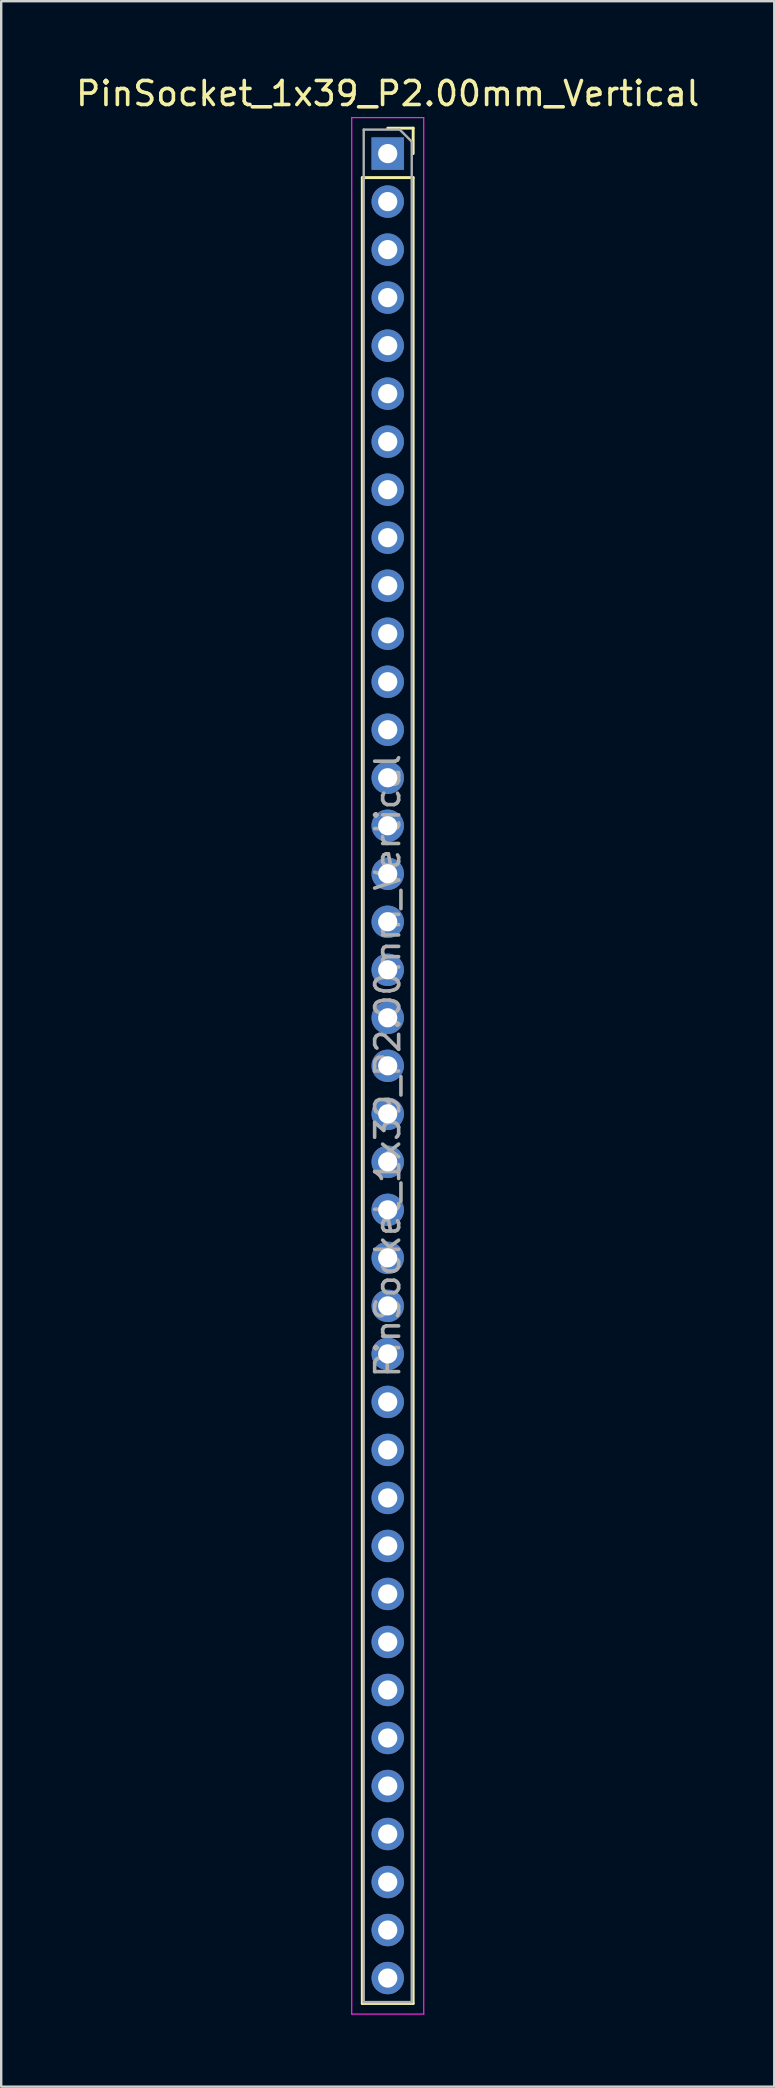
<source format=kicad_pcb>
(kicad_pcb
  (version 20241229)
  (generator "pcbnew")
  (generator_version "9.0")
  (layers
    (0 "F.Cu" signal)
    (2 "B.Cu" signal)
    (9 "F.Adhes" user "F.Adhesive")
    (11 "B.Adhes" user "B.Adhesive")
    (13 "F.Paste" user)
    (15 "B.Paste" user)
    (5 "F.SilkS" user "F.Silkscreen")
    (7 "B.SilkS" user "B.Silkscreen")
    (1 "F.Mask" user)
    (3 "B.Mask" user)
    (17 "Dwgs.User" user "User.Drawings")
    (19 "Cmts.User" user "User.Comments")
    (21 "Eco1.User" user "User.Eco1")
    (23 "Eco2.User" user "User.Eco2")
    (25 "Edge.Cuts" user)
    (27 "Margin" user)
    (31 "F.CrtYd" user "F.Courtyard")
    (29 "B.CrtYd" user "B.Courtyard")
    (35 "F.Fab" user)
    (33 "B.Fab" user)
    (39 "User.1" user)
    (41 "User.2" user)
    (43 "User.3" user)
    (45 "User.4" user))
  (footprint "PinSocket_1x39_P2.00mm_Vertical"
    (layer "F.Cu")
    (at 13.101 3.348)
    (property "Reference" "PinSocket_1x39_P2.00mm_Vertical" (at 0 -2.5 0) (layer "F.SilkS") (effects (font (size 1 1) (thickness 0.15))))
    (attr through_hole)
    (fp_line (start -1.06 1) (end -1.06 77.06) (stroke (width 0.12) (type solid)) (layer "F.SilkS"))
    (fp_line (start -1.06 1) (end 1.06 1) (stroke (width 0.12) (type solid)) (layer "F.SilkS"))
    (fp_line (start -1.06 77.06) (end 1.06 77.06) (stroke (width 0.12) (type solid)) (layer "F.SilkS"))
    (fp_line (start 0 -1.06) (end 1.06 -1.06) (stroke (width 0.12) (type solid)) (layer "F.SilkS"))
    (fp_line (start 1.06 -1.06) (end 1.06 0) (stroke (width 0.12) (type solid)) (layer "F.SilkS"))
    (fp_line (start 1.06 1) (end 1.06 77.06) (stroke (width 0.12) (type solid)) (layer "F.SilkS"))
    (fp_line (start -1.5 -1.5) (end 1.5 -1.5) (stroke (width 0.05) (type solid)) (layer "F.CrtYd"))
    (fp_line (start -1.5 77.5) (end -1.5 -1.5) (stroke (width 0.05) (type solid)) (layer "F.CrtYd"))
    (fp_line (start 1.5 -1.5) (end 1.5 77.5) (stroke (width 0.05) (type solid)) (layer "F.CrtYd"))
    (fp_line (start 1.5 77.5) (end -1.5 77.5) (stroke (width 0.05) (type solid)) (layer "F.CrtYd"))
    (fp_line (start -1 -1) (end 0.5 -1) (stroke (width 0.1) (type solid)) (layer "F.Fab"))
    (fp_line (start -1 77) (end -1 -1) (stroke (width 0.1) (type solid)) (layer "F.Fab"))
    (fp_line (start 0.5 -1) (end 1 -0.5) (stroke (width 0.1) (type solid)) (layer "F.Fab"))
    (fp_line (start 1 -0.5) (end 1 77) (stroke (width 0.1) (type solid)) (layer "F.Fab"))
    (fp_line (start 1 77) (end -1 77) (stroke (width 0.1) (type solid)) (layer "F.Fab"))
    (fp_text user "${REFERENCE}" (at 0 38 90) (layer "F.Fab") (effects (font (size 1 1) (thickness 0.15))))
    (pad "1" thru_hole rect (at 0 0) (size 1.35 1.35) (drill 0.8) (layers "*.Cu" "*.Mask"))
    (pad "2" thru_hole circle (at 0 2) (size 1.35 1.35) (drill 0.8) (layers "*.Cu" "*.Mask"))
    (pad "3" thru_hole circle (at 0 4) (size 1.35 1.35) (drill 0.8) (layers "*.Cu" "*.Mask"))
    (pad "4" thru_hole circle (at 0 6) (size 1.35 1.35) (drill 0.8) (layers "*.Cu" "*.Mask"))
    (pad "5" thru_hole circle (at 0 8) (size 1.35 1.35) (drill 0.8) (layers "*.Cu" "*.Mask"))
    (pad "6" thru_hole circle (at 0 10) (size 1.35 1.35) (drill 0.8) (layers "*.Cu" "*.Mask"))
    (pad "7" thru_hole circle (at 0 12) (size 1.35 1.35) (drill 0.8) (layers "*.Cu" "*.Mask"))
    (pad "8" thru_hole circle (at 0 14) (size 1.35 1.35) (drill 0.8) (layers "*.Cu" "*.Mask"))
    (pad "9" thru_hole circle (at 0 16) (size 1.35 1.35) (drill 0.8) (layers "*.Cu" "*.Mask"))
    (pad "10" thru_hole circle (at 0 18) (size 1.35 1.35) (drill 0.8) (layers "*.Cu" "*.Mask"))
    (pad "11" thru_hole circle (at 0 20) (size 1.35 1.35) (drill 0.8) (layers "*.Cu" "*.Mask"))
    (pad "12" thru_hole circle (at 0 22) (size 1.35 1.35) (drill 0.8) (layers "*.Cu" "*.Mask"))
    (pad "13" thru_hole circle (at 0 24) (size 1.35 1.35) (drill 0.8) (layers "*.Cu" "*.Mask"))
    (pad "14" thru_hole circle (at 0 26) (size 1.35 1.35) (drill 0.8) (layers "*.Cu" "*.Mask"))
    (pad "15" thru_hole circle (at 0 28) (size 1.35 1.35) (drill 0.8) (layers "*.Cu" "*.Mask"))
    (pad "16" thru_hole circle (at 0 30) (size 1.35 1.35) (drill 0.8) (layers "*.Cu" "*.Mask"))
    (pad "17" thru_hole circle (at 0 32) (size 1.35 1.35) (drill 0.8) (layers "*.Cu" "*.Mask"))
    (pad "18" thru_hole circle (at 0 34) (size 1.35 1.35) (drill 0.8) (layers "*.Cu" "*.Mask"))
    (pad "19" thru_hole circle (at 0 36) (size 1.35 1.35) (drill 0.8) (layers "*.Cu" "*.Mask"))
    (pad "20" thru_hole circle (at 0 38) (size 1.35 1.35) (drill 0.8) (layers "*.Cu" "*.Mask"))
    (pad "21" thru_hole circle (at 0 40) (size 1.35 1.35) (drill 0.8) (layers "*.Cu" "*.Mask"))
    (pad "22" thru_hole circle (at 0 42) (size 1.35 1.35) (drill 0.8) (layers "*.Cu" "*.Mask"))
    (pad "23" thru_hole circle (at 0 44) (size 1.35 1.35) (drill 0.8) (layers "*.Cu" "*.Mask"))
    (pad "24" thru_hole circle (at 0 46) (size 1.35 1.35) (drill 0.8) (layers "*.Cu" "*.Mask"))
    (pad "25" thru_hole circle (at 0 48) (size 1.35 1.35) (drill 0.8) (layers "*.Cu" "*.Mask"))
    (pad "26" thru_hole circle (at 0 50) (size 1.35 1.35) (drill 0.8) (layers "*.Cu" "*.Mask"))
    (pad "27" thru_hole circle (at 0 52) (size 1.35 1.35) (drill 0.8) (layers "*.Cu" "*.Mask"))
    (pad "28" thru_hole circle (at 0 54) (size 1.35 1.35) (drill 0.8) (layers "*.Cu" "*.Mask"))
    (pad "29" thru_hole circle (at 0 56) (size 1.35 1.35) (drill 0.8) (layers "*.Cu" "*.Mask"))
    (pad "30" thru_hole circle (at 0 58) (size 1.35 1.35) (drill 0.8) (layers "*.Cu" "*.Mask"))
    (pad "31" thru_hole circle (at 0 60) (size 1.35 1.35) (drill 0.8) (layers "*.Cu" "*.Mask"))
    (pad "32" thru_hole circle (at 0 62) (size 1.35 1.35) (drill 0.8) (layers "*.Cu" "*.Mask"))
    (pad "33" thru_hole circle (at 0 64) (size 1.35 1.35) (drill 0.8) (layers "*.Cu" "*.Mask"))
    (pad "34" thru_hole circle (at 0 66) (size 1.35 1.35) (drill 0.8) (layers "*.Cu" "*.Mask"))
    (pad "35" thru_hole circle (at 0 68) (size 1.35 1.35) (drill 0.8) (layers "*.Cu" "*.Mask"))
    (pad "36" thru_hole circle (at 0 70) (size 1.35 1.35) (drill 0.8) (layers "*.Cu" "*.Mask"))
    (pad "37" thru_hole circle (at 0 72) (size 1.35 1.35) (drill 0.8) (layers "*.Cu" "*.Mask"))
    (pad "38" thru_hole circle (at 0 74) (size 1.35 1.35) (drill 0.8) (layers "*.Cu" "*.Mask"))
    (pad "39" thru_hole circle (at 0 76) (size 1.35 1.35) (drill 0.8) (layers "*.Cu" "*.Mask")))
  (gr_rect
    (start -3 -3)
    (end 29.202 83.873)
    (stroke (width 0.1) (type default))
    (fill no)
    (layer "Edge.Cuts")))
</source>
